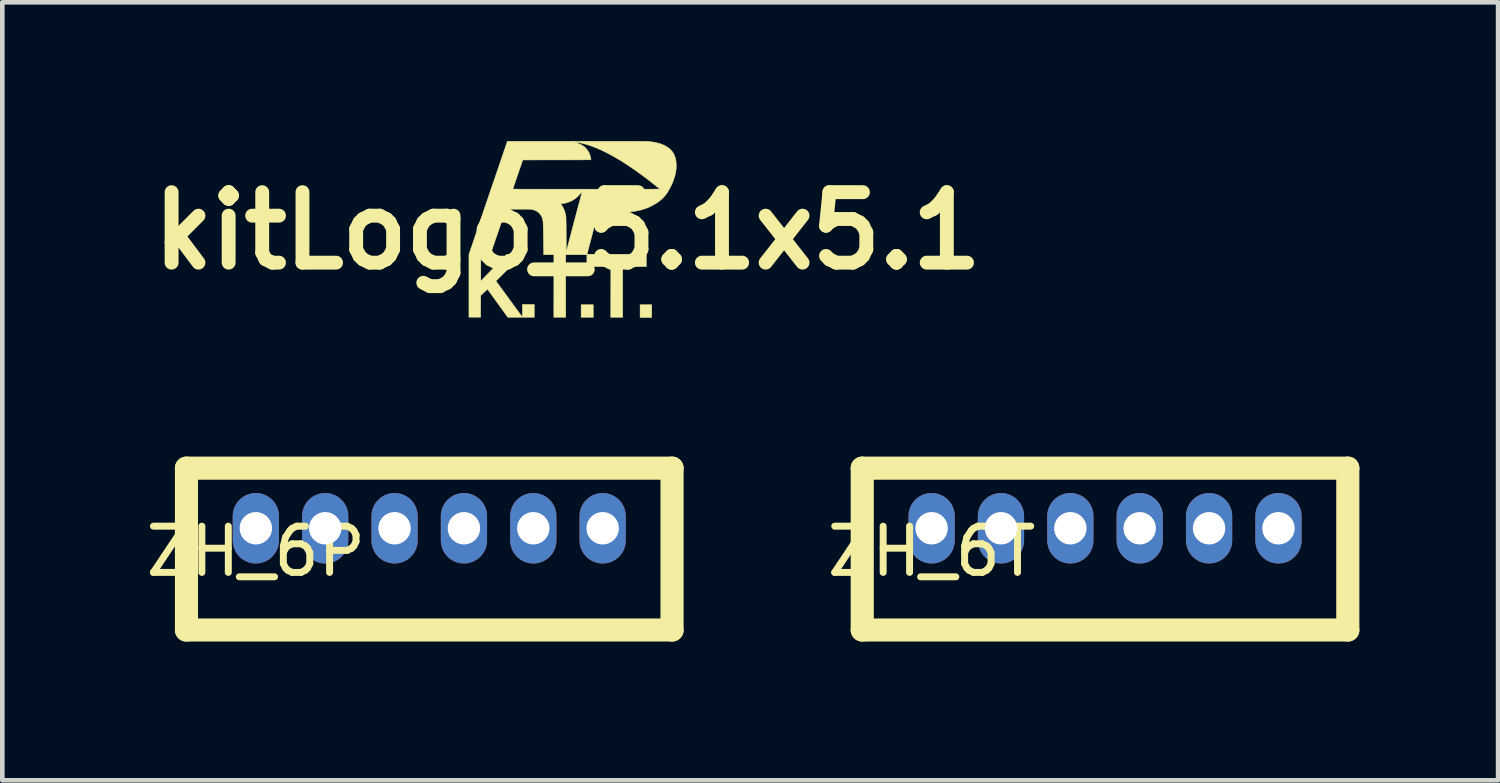
<source format=kicad_pcb>
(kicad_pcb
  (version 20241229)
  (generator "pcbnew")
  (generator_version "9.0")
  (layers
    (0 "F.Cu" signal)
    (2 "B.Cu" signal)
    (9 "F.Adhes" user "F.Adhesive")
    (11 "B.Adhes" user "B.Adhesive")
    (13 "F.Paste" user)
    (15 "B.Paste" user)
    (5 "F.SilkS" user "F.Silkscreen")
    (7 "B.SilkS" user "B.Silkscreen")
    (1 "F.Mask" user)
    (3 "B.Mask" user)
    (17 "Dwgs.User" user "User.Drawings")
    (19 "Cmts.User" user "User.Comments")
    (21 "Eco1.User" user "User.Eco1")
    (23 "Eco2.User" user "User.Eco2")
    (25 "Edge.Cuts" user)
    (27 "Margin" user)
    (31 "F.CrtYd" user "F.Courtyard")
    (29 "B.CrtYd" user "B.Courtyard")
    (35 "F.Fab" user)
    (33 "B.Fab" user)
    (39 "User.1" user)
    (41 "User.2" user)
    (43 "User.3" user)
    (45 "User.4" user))
  (footprint "kitLogo_5.1x5.1"
    (layer "F.Cu")
    (at 9.224 1.94)
    (property "Reference" "kitLogo_5.1x5.1" (at 0 0 0) (layer "F.SilkS") (effects (font (size 1.524 1.524) (thickness 0.3))))
    (attr through_hole)
    (fp_poly (pts (xy 0.554 1.872) (xy 0.292 1.872) (xy 0.292 1.598) (xy 0.554 1.598) (xy 0.554 1.872)) (stroke (width 0.01) (type solid)) (fill yes) (layer "F.SilkS"))
    (fp_poly (pts (xy 1.819 1.661) (xy 1.819 1.681) (xy 1.818 1.705) (xy 1.818 1.731) (xy 1.818 1.757) (xy 1.817 1.783) (xy 1.817 1.8) (xy 1.815 1.877) (xy 1.567 1.877) (xy 1.567 1.598) (xy 1.819 1.598) (xy 1.819 1.661)) (stroke (width 0.01) (type solid)) (fill yes) (layer "F.SilkS"))
    (fp_poly (pts (xy 0.315 -1.935) (xy 0.43 -1.935) (xy 0.541 -1.935) (xy 0.646 -1.935) (xy 0.747 -1.935) (xy 0.842 -1.935) (xy 0.932 -1.935) (xy 1.018 -1.935) (xy 1.098 -1.935) (xy 1.174 -1.935) (xy 1.245 -1.935) (xy 1.31 -1.935) (xy 1.371 -1.935) (xy 1.427 -1.935) (xy 1.478 -1.935) (xy 1.525 -1.934) (xy 1.566 -1.934) (xy 1.603 -1.934) (xy 1.634 -1.934) (xy 1.661 -1.934) (xy 1.684 -1.934) (xy 1.701 -1.933) (xy 1.714 -1.933) (xy 1.722 -1.933) (xy 1.725 -1.933) (xy 1.795 -1.926) (xy 1.861 -1.916) (xy 1.922 -1.904) (xy 1.979 -1.889) (xy 2.032 -1.872) (xy 2.081 -1.851) (xy 2.126 -1.828) (xy 2.167 -1.802) (xy 2.204 -1.774) (xy 2.237 -1.742) (xy 2.266 -1.708) (xy 2.285 -1.68) (xy 2.299 -1.655) (xy 2.312 -1.625) (xy 2.324 -1.592) (xy 2.333 -1.557) (xy 2.341 -1.52) (xy 2.343 -1.506) (xy 2.345 -1.488) (xy 2.347 -1.467) (xy 2.348 -1.443) (xy 2.349 -1.419) (xy 2.349 -1.394) (xy 2.349 -1.37) (xy 2.348 -1.349) (xy 2.347 -1.34) (xy 2.341 -1.284) (xy 2.33 -1.228) (xy 2.315 -1.171) (xy 2.296 -1.112) (xy 2.278 -1.064) (xy 2.272 -1.049) (xy 2.266 -1.034) (xy 2.259 -1.018) (xy 2.253 -1.004) (xy 2.247 -0.991) (xy 2.242 -0.98) (xy 2.238 -0.972) (xy 2.236 -0.968) (xy 2.236 -0.968) (xy 2.234 -0.965) (xy 2.231 -0.959) (xy 2.226 -0.949) (xy 2.22 -0.937) (xy 2.213 -0.924) (xy 2.213 -0.924) (xy 2.183 -0.868) (xy 2.15 -0.816) (xy 2.115 -0.768) (xy 2.075 -0.723) (xy 2.032 -0.681) (xy 1.985 -0.642) (xy 1.957 -0.621) (xy 1.939 -0.609) (xy 1.917 -0.595) (xy 1.892 -0.58) (xy 1.866 -0.565) (xy 1.839 -0.55) (xy 1.812 -0.536) (xy 1.787 -0.523) (xy 1.777 -0.518) (xy 1.717 -0.492) (xy 1.655 -0.47) (xy 1.59 -0.45) (xy 1.521 -0.434) (xy 1.45 -0.421) (xy 1.374 -0.41) (xy 1.322 -0.405) (xy 1.315 -0.405) (xy 1.306 -0.404) (xy 1.296 -0.404) (xy 1.285 -0.403) (xy 1.271 -0.403) (xy 1.256 -0.402) (xy 1.238 -0.402) (xy 1.217 -0.402) (xy 1.193 -0.402) (xy 1.166 -0.402) (xy 1.135 -0.402) (xy 1.1 -0.401) (xy 1.061 -0.401) (xy 1.017 -0.401) (xy 0.969 -0.401) (xy 0.969 -0.401) (xy 0.659 -0.401) (xy 0.638 -0.323) (xy 0.617 -0.241) (xy 0.596 -0.164) (xy 0.577 -0.091) (xy 0.559 -0.023) (xy 0.543 0.04) (xy 0.527 0.099) (xy 0.513 0.153) (xy 0.5 0.204) (xy 0.488 0.25) (xy 0.477 0.292) (xy 0.467 0.329) (xy 0.458 0.363) (xy 0.45 0.394) (xy 0.443 0.42) (xy 0.437 0.442) (xy 0.432 0.462) (xy 0.429 0.477) (xy 0.426 0.489) (xy 0.423 0.498) (xy 0.422 0.504) (xy 0.422 0.506) (xy 0.422 0.506) (xy 0.424 0.506) (xy 0.432 0.507) (xy 0.444 0.507) (xy 0.46 0.507) (xy 0.481 0.507) (xy 0.505 0.507) (xy 0.534 0.507) (xy 0.566 0.507) (xy 0.601 0.507) (xy 0.64 0.508) (xy 0.681 0.508) (xy 0.726 0.508) (xy 0.772 0.508) (xy 0.822 0.508) (xy 0.873 0.508) (xy 0.926 0.508) (xy 0.98 0.508) (xy 1.036 0.508) (xy 1.062 0.508) (xy 1.702 0.508) (xy 1.702 0.775) (xy 1.191 0.775) (xy 1.191 1.872) (xy 0.933 1.872) (xy 0.935 0.775) (xy 0.422 0.775) (xy 0.419 0.768) (xy 0.418 0.764) (xy 0.418 0.755) (xy 0.418 0.742) (xy 0.417 0.725) (xy 0.417 0.705) (xy 0.417 0.681) (xy 0.417 0.654) (xy 0.417 0.64) (xy 0.417 0.518) (xy 0.188 0.518) (xy -0.041 0.518) (xy -0.041 1.195) (xy -0.041 1.872) (xy -0.298 1.872) (xy -0.297 0.518) (xy -0.517 0.518) (xy -0.519 0.404) (xy -0.52 0.333) (xy -0.521 0.267) (xy -0.522 0.206) (xy -0.523 0.15) (xy -0.524 0.098) (xy -0.525 0.05) (xy -0.525 0.007) (xy -0.526 -0.031) (xy -0.527 -0.066) (xy -0.528 -0.097) (xy -0.528 -0.123) (xy -0.529 -0.146) (xy -0.53 -0.165) (xy -0.53 -0.181) (xy -0.531 -0.193) (xy -0.532 -0.202) (xy -0.532 -0.206) (xy -0.54 -0.246) (xy -0.551 -0.283) (xy -0.566 -0.316) (xy -0.585 -0.346) (xy -0.607 -0.373) (xy -0.615 -0.381) (xy -0.64 -0.403) (xy -0.667 -0.422) (xy -0.697 -0.437) (xy -0.731 -0.45) (xy -0.743 -0.453) (xy -0.751 -0.456) (xy -0.758 -0.458) (xy -0.764 -0.459) (xy -0.771 -0.461) (xy -0.778 -0.462) (xy -0.785 -0.463) (xy -0.794 -0.464) (xy -0.804 -0.465) (xy -0.816 -0.466) (xy -0.829 -0.466) (xy -0.845 -0.466) (xy -0.864 -0.467) (xy -0.885 -0.467) (xy -0.91 -0.467) (xy -0.938 -0.467) (xy -0.97 -0.467) (xy -1.007 -0.467) (xy -1.048 -0.467) (xy -1.072 -0.467) (xy -1.334 -0.466) (xy -1.344 -0.438) (xy -1.347 -0.428) (xy -1.352 -0.413) (xy -1.359 -0.394) (xy -1.367 -0.37) (xy -1.377 -0.341) (xy -1.389 -0.308) (xy -1.402 -0.27) (xy -1.416 -0.228) (xy -1.432 -0.182) (xy -1.449 -0.131) (xy -1.468 -0.076) (xy -1.489 -0.017) (xy -1.49 -0.014) (xy -1.5 0.017) (xy -1.512 0.052) (xy -1.525 0.09) (xy -1.539 0.13) (xy -1.553 0.17) (xy -1.567 0.211) (xy -1.58 0.252) (xy -1.593 0.29) (xy -1.606 0.326) (xy -1.608 0.332) (xy -1.67 0.518) (xy -1.774 0.518) (xy -1.877 0.518) (xy -1.877 1.086) (xy -1.836 1.044) (xy -1.825 1.033) (xy -1.811 1.019) (xy -1.795 1.003) (xy -1.778 0.985) (xy -1.759 0.965) (xy -1.74 0.946) (xy -1.721 0.926) (xy -1.712 0.917) (xy -1.697 0.902) (xy -1.679 0.883) (xy -1.658 0.862) (xy -1.636 0.838) (xy -1.611 0.813) (xy -1.585 0.787) (xy -1.559 0.76) (xy -1.532 0.732) (xy -1.505 0.705) (xy -1.479 0.678) (xy -1.471 0.67) (xy -1.313 0.508) (xy -1.138 0.507) (xy -1.109 0.507) (xy -1.081 0.507) (xy -1.056 0.507) (xy -1.032 0.507) (xy -1.011 0.507) (xy -0.994 0.507) (xy -0.98 0.507) (xy -0.97 0.507) (xy -0.964 0.507) (xy -0.963 0.507) (xy -0.965 0.509) (xy -0.969 0.514) (xy -0.976 0.521) (xy -0.986 0.53) (xy -0.996 0.541) (xy -0.999 0.543) (xy -1.018 0.562) (xy -1.041 0.584) (xy -1.068 0.61) (xy -1.097 0.639) (xy -1.13 0.671) (xy -1.167 0.707) (xy -1.206 0.747) (xy -1.25 0.79) (xy -1.296 0.836) (xy -1.325 0.864) (xy -1.349 0.888) (xy -1.372 0.911) (xy -1.396 0.934) (xy -1.418 0.956) (xy -1.439 0.977) (xy -1.458 0.996) (xy -1.475 1.013) (xy -1.49 1.027) (xy -1.502 1.039) (xy -1.51 1.048) (xy -1.512 1.049) (xy -1.55 1.086) (xy -1.531 1.111) (xy -1.526 1.119) (xy -1.518 1.13) (xy -1.508 1.144) (xy -1.496 1.16) (xy -1.482 1.178) (xy -1.468 1.198) (xy -1.454 1.218) (xy -1.445 1.229) (xy -1.43 1.25) (xy -1.412 1.275) (xy -1.393 1.301) (xy -1.372 1.329) (xy -1.351 1.358) (xy -1.33 1.387) (xy -1.31 1.414) (xy -1.292 1.44) (xy -1.291 1.44) (xy -1.272 1.467) (xy -1.251 1.496) (xy -1.228 1.526) (xy -1.205 1.558) (xy -1.183 1.589) (xy -1.161 1.619) (xy -1.141 1.646) (xy -1.125 1.668) (xy -1.101 1.701) (xy -1.079 1.731) (xy -1.059 1.758) (xy -1.043 1.78) (xy -1.028 1.8) (xy -1.016 1.816) (xy -1.006 1.83) (xy -0.998 1.84) (xy -0.992 1.849) (xy -0.987 1.855) (xy -0.983 1.859) (xy -0.981 1.861) (xy -0.98 1.862) (xy -0.98 1.859) (xy -0.979 1.852) (xy -0.979 1.84) (xy -0.979 1.825) (xy -0.978 1.805) (xy -0.978 1.783) (xy -0.978 1.757) (xy -0.978 1.728) (xy -0.978 1.727) (xy -0.978 1.593) (xy -0.721 1.593) (xy -0.721 1.872) (xy -1.006 1.872) (xy -1.292 1.872) (xy -1.444 1.662) (xy -1.467 1.63) (xy -1.49 1.598) (xy -1.514 1.566) (xy -1.537 1.534) (xy -1.559 1.503) (xy -1.581 1.473) (xy -1.601 1.445) (xy -1.62 1.419) (xy -1.637 1.396) (xy -1.651 1.376) (xy -1.663 1.359) (xy -1.665 1.357) (xy -1.733 1.263) (xy -1.754 1.282) (xy -1.761 1.289) (xy -1.771 1.299) (xy -1.784 1.311) (xy -1.798 1.324) (xy -1.813 1.338) (xy -1.827 1.351) (xy -1.879 1.401) (xy -1.88 1.635) (xy -1.88 1.869) (xy -2.134 1.869) (xy -2.134 0.514) (xy -2.014 0.158) (xy -1.984 0.069) (xy -1.955 -0.019) (xy -1.926 -0.105) (xy -1.897 -0.19) (xy -1.869 -0.274) (xy -1.84 -0.358) (xy -1.812 -0.443) (xy -1.782 -0.529) (xy -1.764 -0.584) (xy -0.149 -0.584) (xy -0.134 -0.563) (xy -0.108 -0.522) (xy -0.086 -0.478) (xy -0.067 -0.431) (xy -0.052 -0.382) (xy -0.04 -0.33) (xy -0.036 -0.3) (xy -0.035 -0.292) (xy -0.035 -0.28) (xy -0.034 -0.262) (xy -0.034 -0.241) (xy -0.033 -0.215) (xy -0.033 -0.185) (xy -0.032 -0.151) (xy -0.032 -0.114) (xy -0.031 -0.073) (xy -0.031 -0.029) (xy -0.031 0.018) (xy -0.031 0.068) (xy -0.03 0.12) (xy -0.03 0.175) (xy -0.03 0.232) (xy -0.03 0.243) (xy -0.03 0.281) (xy -0.03 0.314) (xy -0.03 0.343) (xy -0.03 0.367) (xy -0.03 0.388) (xy -0.03 0.405) (xy -0.03 0.419) (xy -0.03 0.429) (xy -0.029 0.437) (xy -0.029 0.443) (xy -0.029 0.446) (xy -0.028 0.448) (xy -0.028 0.448) (xy -0.027 0.447) (xy -0.026 0.444) (xy -0.025 0.442) (xy -0.024 0.436) (xy -0.021 0.425) (xy -0.017 0.411) (xy -0.013 0.394) (xy -0.008 0.375) (xy -0.002 0.354) (xy 0.003 0.332) (xy 0.004 0.33) (xy 0.018 0.274) (xy 0.034 0.214) (xy 0.05 0.151) (xy 0.068 0.085) (xy 0.085 0.018) (xy 0.103 -0.05) (xy 0.121 -0.118) (xy 0.138 -0.184) (xy 0.156 -0.249) (xy 0.167 -0.291) (xy 0.176 -0.325) (xy 0.185 -0.359) (xy 0.194 -0.394) (xy 0.203 -0.428) (xy 0.212 -0.462) (xy 0.221 -0.493) (xy 0.228 -0.523) (xy 0.235 -0.549) (xy 0.241 -0.571) (xy 0.245 -0.585) (xy 0.252 -0.612) (xy 0.26 -0.64) (xy 0.268 -0.67) (xy 0.275 -0.699) (xy 0.283 -0.727) (xy 0.289 -0.752) (xy 0.293 -0.767) (xy 0.299 -0.786) (xy 0.303 -0.804) (xy 0.307 -0.82) (xy 0.311 -0.833) (xy 0.313 -0.843) (xy 0.314 -0.848) (xy 0.314 -0.85) (xy 0.313 -0.848) (xy 0.308 -0.843) (xy 0.303 -0.836) (xy 0.297 -0.829) (xy 0.284 -0.813) (xy 0.27 -0.796) (xy 0.254 -0.778) (xy 0.238 -0.761) (xy 0.223 -0.745) (xy 0.209 -0.732) (xy 0.208 -0.731) (xy 0.166 -0.697) (xy 0.122 -0.667) (xy 0.077 -0.642) (xy 0.029 -0.622) (xy -0.021 -0.605) (xy -0.073 -0.593) (xy -0.128 -0.586) (xy -0.132 -0.585) (xy -0.149 -0.584) (xy -1.764 -0.584) (xy -1.753 -0.616) (xy -1.722 -0.705) (xy -1.691 -0.797) (xy -1.659 -0.892) (xy -1.655 -0.902) (xy -1.184 -0.902) (xy -1.181 -0.901) (xy -1.174 -0.901) (xy -1.161 -0.901) (xy -1.144 -0.901) (xy -1.122 -0.901) (xy -1.095 -0.901) (xy -1.064 -0.901) (xy -1.028 -0.9) (xy -0.987 -0.9) (xy -0.942 -0.9) (xy -0.893 -0.9) (xy -0.84 -0.9) (xy -0.783 -0.9) (xy -0.721 -0.9) (xy -0.655 -0.9) (xy -0.586 -0.9) (xy -0.513 -0.9) (xy -0.436 -0.899) (xy -0.355 -0.899) (xy -0.27 -0.899) (xy -0.182 -0.899) (xy -0.091 -0.899) (xy 0.004 -0.899) (xy 0.102 -0.899) (xy 0.203 -0.899) (xy 0.308 -0.899) (xy 0.407 -0.899) (xy 0.505 -0.899) (xy 0.601 -0.899) (xy 0.695 -0.899) (xy 0.786 -0.899) (xy 0.876 -0.899) (xy 0.962 -0.899) (xy 1.046 -0.899) (xy 1.127 -0.899) (xy 1.205 -0.899) (xy 1.28 -0.899) (xy 1.352 -0.9) (xy 1.421 -0.9) (xy 1.486 -0.9) (xy 1.548 -0.9) (xy 1.607 -0.9) (xy 1.662 -0.9) (xy 1.713 -0.9) (xy 1.76 -0.9) (xy 1.803 -0.9) (xy 1.842 -0.9) (xy 1.877 -0.901) (xy 1.908 -0.901) (xy 1.934 -0.901) (xy 1.956 -0.901) (xy 1.973 -0.901) (xy 1.985 -0.901) (xy 1.993 -0.901) (xy 1.995 -0.901) (xy 1.995 -0.901) (xy 1.991 -0.905) (xy 1.983 -0.911) (xy 1.973 -0.92) (xy 1.959 -0.931) (xy 1.944 -0.943) (xy 1.927 -0.957) (xy 1.908 -0.972) (xy 1.889 -0.988) (xy 1.869 -1.003) (xy 1.849 -1.019) (xy 1.83 -1.034) (xy 1.811 -1.049) (xy 1.794 -1.062) (xy 1.779 -1.074) (xy 1.767 -1.084) (xy 1.765 -1.085) (xy 1.664 -1.162) (xy 1.565 -1.235) (xy 1.469 -1.305) (xy 1.374 -1.37) (xy 1.282 -1.431) (xy 1.192 -1.489) (xy 1.103 -1.544) (xy 1.016 -1.594) (xy 0.93 -1.642) (xy 0.845 -1.687) (xy 0.79 -1.714) (xy 0.759 -1.729) (xy 0.732 -1.742) (xy 0.707 -1.754) (xy 0.683 -1.764) (xy 0.659 -1.775) (xy 0.634 -1.785) (xy 0.606 -1.797) (xy 0.594 -1.801) (xy 0.517 -1.831) (xy 0.44 -1.857) (xy 0.365 -1.879) (xy 0.292 -1.897) (xy 0.221 -1.911) (xy 0.153 -1.921) (xy 0.152 -1.921) (xy 0.134 -1.924) (xy 0.121 -1.925) (xy 0.112 -1.925) (xy 0.108 -1.925) (xy 0.108 -1.924) (xy 0.113 -1.922) (xy 0.123 -1.92) (xy 0.133 -1.918) (xy 0.181 -1.906) (xy 0.227 -1.891) (xy 0.27 -1.872) (xy 0.31 -1.851) (xy 0.346 -1.827) (xy 0.378 -1.801) (xy 0.389 -1.791) (xy 0.415 -1.761) (xy 0.438 -1.73) (xy 0.458 -1.697) (xy 0.474 -1.661) (xy 0.488 -1.622) (xy 0.499 -1.579) (xy 0.5 -1.572) (xy 0.503 -1.56) (xy 0.505 -1.549) (xy 0.506 -1.541) (xy 0.506 -1.536) (xy 0.506 -1.536) (xy 0.504 -1.535) (xy 0.498 -1.535) (xy 0.488 -1.535) (xy 0.473 -1.534) (xy 0.454 -1.534) (xy 0.431 -1.534) (xy 0.403 -1.534) (xy 0.371 -1.534) (xy 0.334 -1.533) (xy 0.293 -1.533) (xy 0.247 -1.533) (xy 0.197 -1.533) (xy 0.142 -1.533) (xy 0.082 -1.533) (xy 0.017 -1.532) (xy -0.053 -1.532) (xy -0.128 -1.532) (xy -0.207 -1.532) (xy -0.232 -1.532) (xy -0.293 -1.532) (xy -0.352 -1.532) (xy -0.41 -1.532) (xy -0.466 -1.532) (xy -0.521 -1.532) (xy -0.573 -1.532) (xy -0.623 -1.532) (xy -0.67 -1.531) (xy -0.715 -1.531) (xy -0.757 -1.531) (xy -0.795 -1.531) (xy -0.831 -1.531) (xy -0.863 -1.531) (xy -0.891 -1.531) (xy -0.915 -1.531) (xy -0.935 -1.531) (xy -0.95 -1.531) (xy -0.962 -1.531) (xy -0.968 -1.531) (xy -0.97 -1.531) (xy -0.971 -1.528) (xy -0.973 -1.521) (xy -0.977 -1.51) (xy -0.982 -1.495) (xy -0.989 -1.477) (xy -0.996 -1.455) (xy -1.004 -1.431) (xy -1.013 -1.404) (xy -1.023 -1.376) (xy -1.034 -1.345) (xy -1.044 -1.314) (xy -1.056 -1.281) (xy -1.067 -1.248) (xy -1.078 -1.214) (xy -1.09 -1.18) (xy -1.101 -1.147) (xy -1.112 -1.114) (xy -1.123 -1.083) (xy -1.133 -1.053) (xy -1.143 -1.024) (xy -1.152 -0.998) (xy -1.16 -0.974) (xy -1.167 -0.953) (xy -1.173 -0.935) (xy -1.178 -0.921) (xy -1.181 -0.91) (xy -1.183 -0.903) (xy -1.184 -0.902) (xy -1.655 -0.902) (xy -1.625 -0.99) (xy -1.59 -1.093) (xy -1.575 -1.137) (xy -1.565 -1.164) (xy -1.555 -1.193) (xy -1.546 -1.222) (xy -1.536 -1.25) (xy -1.527 -1.276) (xy -1.519 -1.3) (xy -1.512 -1.321) (xy -1.506 -1.338) (xy -1.505 -1.341) (xy -1.5 -1.356) (xy -1.494 -1.374) (xy -1.486 -1.396) (xy -1.478 -1.422) (xy -1.468 -1.449) (xy -1.458 -1.479) (xy -1.448 -1.509) (xy -1.437 -1.541) (xy -1.427 -1.572) (xy -1.421 -1.587) (xy -1.411 -1.618) (xy -1.4 -1.65) (xy -1.389 -1.681) (xy -1.379 -1.711) (xy -1.369 -1.74) (xy -1.36 -1.766) (xy -1.352 -1.79) (xy -1.345 -1.81) (xy -1.34 -1.827) (xy -1.337 -1.834) (xy -1.331 -1.853) (xy -1.325 -1.871) (xy -1.319 -1.887) (xy -1.314 -1.901) (xy -1.311 -1.912) (xy -1.308 -1.919) (xy -1.308 -1.92) (xy -1.303 -1.935) (xy 0.194 -1.935) (xy 0.315 -1.935)) (stroke (width 0.01) (type solid)) (fill yes) (layer "F.SilkS")))
  (footprint "ZH_6T"
    (layer "F.Cu")
    (at 17.095 8.373)
    (property "Reference" "ZH_6T" (at 0 0.5 0) (layer "F.SilkS") (effects (font (size 1 1) (thickness 0.15))))
    (attr through_hole)
    (fp_line (start -1.5 -1.3) (end -1.5 2.2) (stroke (width 0.5) (type solid)) (layer "F.SilkS"))
    (fp_line (start -1.5 -1.3) (end 9 -1.3) (stroke (width 0.5) (type solid)) (layer "F.SilkS"))
    (fp_line (start -1.5 2.2) (end 9 2.2) (stroke (width 0.5) (type solid)) (layer "F.SilkS"))
    (fp_line (start 9 2.2) (end 9 -1.3) (stroke (width 0.5) (type solid)) (layer "F.SilkS"))
    (pad "1" thru_hole oval (at 0 0) (size 1 1.524) (drill 0.7) (layers "*.Cu" "*.Mask"))
    (pad "2" thru_hole oval (at 1.5 0) (size 1 1.524) (drill 0.7) (layers "*.Cu" "*.Mask"))
    (pad "3" thru_hole oval (at 3 0) (size 1 1.524) (drill 0.7) (layers "*.Cu" "*.Mask"))
    (pad "4" thru_hole oval (at 4.5 0) (size 1 1.524) (drill 0.7) (layers "*.Cu" "*.Mask"))
    (pad "5" thru_hole oval (at 6 0) (size 1 1.524) (drill 0.7) (layers "*.Cu" "*.Mask"))
    (pad "6" thru_hole oval (at 7.5 0) (size 1 1.524) (drill 0.7) (layers "*.Cu" "*.Mask")))
  (footprint "ZH_6P"
    (layer "F.Cu")
    (at 2.482 8.373)
    (property "Reference" "ZH_6P" (at 0 0.5 0) (layer "F.SilkS") (effects (font (size 1 1) (thickness 0.15))))
    (attr through_hole)
    (fp_line (start -1.5 -1.3) (end -1.5 2.2) (stroke (width 0.5) (type solid)) (layer "F.SilkS"))
    (fp_line (start -1.5 -1.3) (end 9 -1.3) (stroke (width 0.5) (type solid)) (layer "F.SilkS"))
    (fp_line (start -1.5 2.2) (end 9 2.2) (stroke (width 0.5) (type solid)) (layer "F.SilkS"))
    (fp_line (start 9 2.2) (end 9 -1.3) (stroke (width 0.5) (type solid)) (layer "F.SilkS"))
    (pad "1" thru_hole oval (at 0 0) (size 1 1.524) (drill 0.7) (layers "*.Cu" "*.Mask"))
    (pad "2" thru_hole oval (at 1.5 0) (size 1 1.524) (drill 0.7) (layers "*.Cu" "*.Mask"))
    (pad "3" thru_hole oval (at 3 0) (size 1 1.524) (drill 0.7) (layers "*.Cu" "*.Mask"))
    (pad "4" thru_hole oval (at 4.5 0) (size 1 1.524) (drill 0.7) (layers "*.Cu" "*.Mask"))
    (pad "5" thru_hole oval (at 6 0) (size 1 1.524) (drill 0.7) (layers "*.Cu" "*.Mask"))
    (pad "6" thru_hole oval (at 7.5 0) (size 1 1.524) (drill 0.7) (layers "*.Cu" "*.Mask")))
  (gr_rect
    (start -3 -3)
    (end 29.345 13.823)
    (stroke (width 0.1) (type default))
    (fill no)
    (layer "Edge.Cuts")))
</source>
